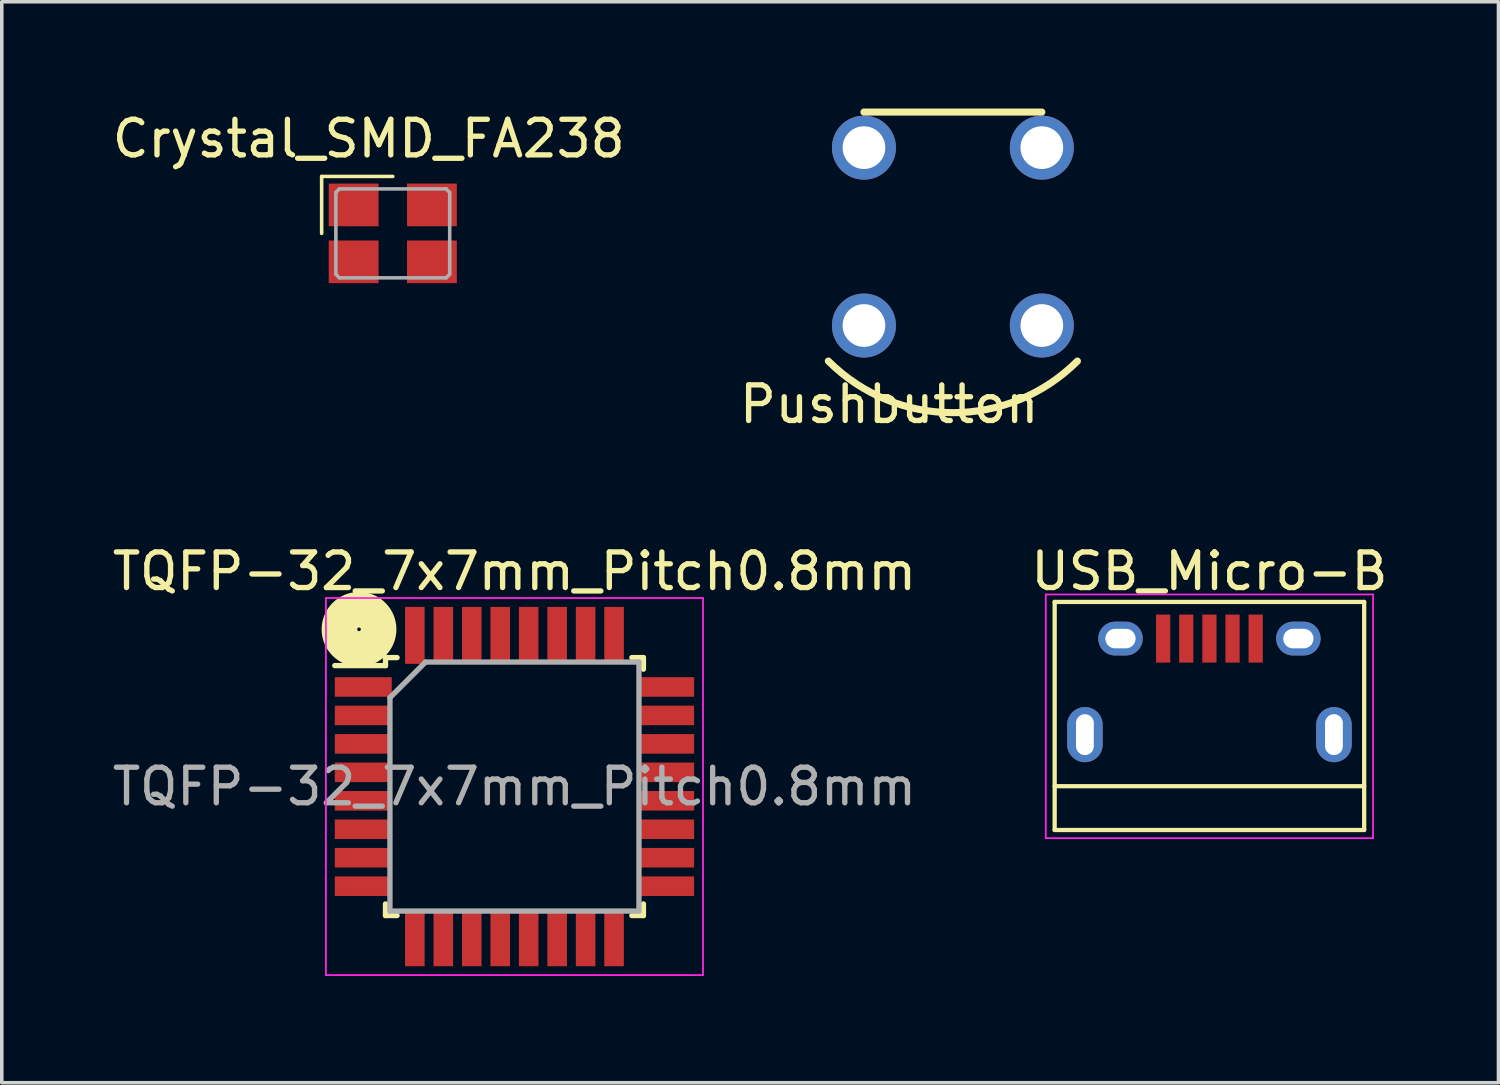
<source format=kicad_pcb>
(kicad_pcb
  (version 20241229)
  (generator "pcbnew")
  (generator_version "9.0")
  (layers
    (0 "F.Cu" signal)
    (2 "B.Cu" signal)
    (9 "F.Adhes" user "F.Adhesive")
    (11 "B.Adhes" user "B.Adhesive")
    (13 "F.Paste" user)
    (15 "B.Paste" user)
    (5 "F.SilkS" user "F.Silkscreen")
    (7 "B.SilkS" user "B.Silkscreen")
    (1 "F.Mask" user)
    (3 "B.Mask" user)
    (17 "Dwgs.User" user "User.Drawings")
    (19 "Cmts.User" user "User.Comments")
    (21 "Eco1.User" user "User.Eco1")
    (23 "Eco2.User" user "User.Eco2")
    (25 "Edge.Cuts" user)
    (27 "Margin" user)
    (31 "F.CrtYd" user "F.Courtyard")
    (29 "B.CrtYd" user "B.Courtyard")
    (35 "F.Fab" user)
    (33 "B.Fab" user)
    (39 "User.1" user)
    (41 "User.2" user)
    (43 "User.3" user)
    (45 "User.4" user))
  (footprint "Crystal_SMD_FA238"
    (layer "F.Cu")
    (at 7.991 3.51)
    (property "Reference" "Crystal_SMD_FA238" (at -0.676 -2.662 0) (layer "F.SilkS") (effects (font (size 1 1) (thickness 0.15))))
    (attr smd)
    (fp_line (start -2 -1.6) (end -2 0) (stroke (width 0.1) (type solid)) (layer "F.SilkS"))
    (fp_line (start -2 -1.6) (end 0 -1.6) (stroke (width 0.1) (type solid)) (layer "F.SilkS"))
    (fp_line (start -1.6 -1.15) (end -1.5 -1.25) (stroke (width 0.1) (type solid)) (layer "F.Fab"))
    (fp_line (start -1.6 1.15) (end -1.6 -1.15) (stroke (width 0.1) (type solid)) (layer "F.Fab"))
    (fp_line (start -1.5 -1.25) (end 1.5 -1.25) (stroke (width 0.1) (type solid)) (layer "F.Fab"))
    (fp_line (start -1.5 1.25) (end -1.6 1.15) (stroke (width 0.1) (type solid)) (layer "F.Fab"))
    (fp_line (start 1.5 -1.25) (end 1.6 -1.15) (stroke (width 0.1) (type solid)) (layer "F.Fab"))
    (fp_line (start 1.5 1.25) (end -1.5 1.25) (stroke (width 0.1) (type solid)) (layer "F.Fab"))
    (fp_line (start 1.6 -1.15) (end 1.6 1.15) (stroke (width 0.1) (type solid)) (layer "F.Fab"))
    (fp_line (start 1.6 1.15) (end 1.5 1.25) (stroke (width 0.1) (type solid)) (layer "F.Fab"))
    (pad "1" smd rect (at -1.1 -0.8) (size 1.4 1.2) (layers "F.Cu" "F.Mask"))
    (pad "2" smd rect (at 1.1 -0.8) (size 1.4 1.2) (layers "F.Cu" "F.Mask"))
    (pad "3" smd rect (at 1.1 0.8) (size 1.4 1.2) (layers "F.Cu" "F.Mask"))
    (pad "4" smd rect (at -1.1 0.8) (size 1.4 1.2) (layers "F.Cu" "F.Mask")))
  (footprint "Pushbutton"
    (layer "F.Cu")
    (at 21.235 1.1)
    (property "Reference" "Pushbutton" (at 0.711 7.214 0) (layer "F.SilkS") (effects (font (size 1 1) (thickness 0.15))))
    (attr through_hole)
    (fp_line (start 0 -1) (end 5 -1) (stroke (width 0.2) (type solid)) (layer "F.SilkS"))
    (fp_arc (start 6 6) (mid 2.5 7.449747) (end -1 6) (stroke (width 0.2) (type solid)) (layer "F.SilkS"))
    (pad "1" thru_hole circle (at 0 0) (size 1.8 1.8) (drill 1.2) (layers "*.Cu" "*.Mask"))
    (pad "1" thru_hole circle (at 0 5) (size 1.8 1.8) (drill 1.2) (layers "*.Cu" "*.Mask"))
    (pad "2" thru_hole circle (at 5 0) (size 1.8 1.8) (drill 1.2) (layers "*.Cu" "*.Mask"))
    (pad "2" thru_hole circle (at 5 5) (size 1.8 1.8) (drill 1.2) (layers "*.Cu" "*.Mask")))
  (footprint "USB_Micro-B"
    (layer "F.Cu")
    (at 30.946 16.25)
    (property "Reference" "USB_Micro-B" (at 0 -3.24 0) (layer "F.SilkS") (effects (font (size 1 1) (thickness 0.15))))
    (attr smd)
    (fp_line (start -4.35 -2.38) (end 4.35 -2.38) (stroke (width 0.12) (type solid)) (layer "F.SilkS"))
    (fp_line (start -4.35 4.03) (end -4.35 -2.38) (stroke (width 0.12) (type solid)) (layer "F.SilkS"))
    (fp_line (start -4.35 4.03) (end 4.35 4.03) (stroke (width 0.12) (type solid)) (layer "F.SilkS"))
    (fp_line (start 4.35 -2.38) (end 4.35 4.03) (stroke (width 0.12) (type solid)) (layer "F.SilkS"))
    (fp_line (start 4.35 2.8) (end -4.35 2.8) (stroke (width 0.12) (type solid)) (layer "F.SilkS"))
    (fp_line (start -4.6 -2.59) (end 4.6 -2.59) (stroke (width 0.05) (type solid)) (layer "F.CrtYd"))
    (fp_line (start -4.6 4.26) (end -4.6 -2.59) (stroke (width 0.05) (type solid)) (layer "F.CrtYd"))
    (fp_line (start 4.6 -2.59) (end 4.6 4.26) (stroke (width 0.05) (type solid)) (layer "F.CrtYd"))
    (fp_line (start 4.6 4.26) (end -4.6 4.26) (stroke (width 0.05) (type solid)) (layer "F.CrtYd"))
    (pad "1" smd rect (at -1.3 -1.35 90) (size 1.35 0.4) (layers "F.Cu" "F.Mask" "F.Paste"))
    (pad "2" smd rect (at -0.65 -1.35 90) (size 1.35 0.4) (layers "F.Cu" "F.Mask" "F.Paste"))
    (pad "3" smd rect (at 0 -1.35 90) (size 1.35 0.4) (layers "F.Cu" "F.Mask" "F.Paste"))
    (pad "4" smd rect (at 0.65 -1.35 90) (size 1.35 0.4) (layers "F.Cu" "F.Mask" "F.Paste"))
    (pad "5" smd rect (at 1.3 -1.35 90) (size 1.35 0.4) (layers "F.Cu" "F.Mask" "F.Paste"))
    (pad "6" thru_hole oval (at -3.5 1.35 90) (size 1.55 1) (drill oval 1.15 0.5) (layers "*.Cu" "*.Mask"))
    (pad "6" thru_hole oval (at -2.5 -1.35 90) (size 0.95 1.25) (drill oval 0.55 0.85) (layers "*.Cu" "*.Mask"))
    (pad "6" thru_hole oval (at 2.5 -1.35 90) (size 0.95 1.25) (drill oval 0.55 0.85) (layers "*.Cu" "*.Mask"))
    (pad "6" thru_hole oval (at 3.5 1.35 90) (size 1.55 1) (drill oval 1.15 0.5) (layers "*.Cu" "*.Mask")))
  (footprint "TQFP-32_7x7mm_Pitch0.8mm"
    (layer "F.Cu")
    (at 11.411 19.06)
    (property "Reference" "TQFP-32_7x7mm_Pitch0.8mm" (at 0 -6.05 0) (layer "F.SilkS") (effects (font (size 1 1) (thickness 0.15))))
    (attr smd)
    (fp_line (start -3.625 -3.625) (end -3.625 -3.4) (stroke (width 0.15) (type solid)) (layer "F.SilkS"))
    (fp_line (start -3.625 -3.625) (end -3.3 -3.625) (stroke (width 0.15) (type solid)) (layer "F.SilkS"))
    (fp_line (start -3.625 -3.4) (end -5.05 -3.4) (stroke (width 0.15) (type solid)) (layer "F.SilkS"))
    (fp_line (start -3.625 3.625) (end -3.625 3.3) (stroke (width 0.15) (type solid)) (layer "F.SilkS"))
    (fp_line (start -3.625 3.625) (end -3.3 3.625) (stroke (width 0.15) (type solid)) (layer "F.SilkS"))
    (fp_line (start 3.625 -3.625) (end 3.3 -3.625) (stroke (width 0.15) (type solid)) (layer "F.SilkS"))
    (fp_line (start 3.625 -3.625) (end 3.625 -3.3) (stroke (width 0.15) (type solid)) (layer "F.SilkS"))
    (fp_line (start 3.625 3.625) (end 3.3 3.625) (stroke (width 0.15) (type solid)) (layer "F.SilkS"))
    (fp_line (start 3.625 3.625) (end 3.625 3.3) (stroke (width 0.15) (type solid)) (layer "F.SilkS"))
    (fp_circle (center -4.369 -4.42) (end -4.42 -4.42) (stroke (width 1) (type solid)) (fill no) (layer "F.SilkS"))
    (fp_line (start -5.3 -5.3) (end -5.3 5.3) (stroke (width 0.05) (type solid)) (layer "F.CrtYd"))
    (fp_line (start -5.3 -5.3) (end 5.3 -5.3) (stroke (width 0.05) (type solid)) (layer "F.CrtYd"))
    (fp_line (start -5.3 5.3) (end 5.3 5.3) (stroke (width 0.05) (type solid)) (layer "F.CrtYd"))
    (fp_line (start 5.3 -5.3) (end 5.3 5.3) (stroke (width 0.05) (type solid)) (layer "F.CrtYd"))
    (fp_line (start -3.5 -2.5) (end -2.5 -3.5) (stroke (width 0.15) (type solid)) (layer "F.Fab"))
    (fp_line (start -3.5 3.5) (end -3.5 -2.5) (stroke (width 0.15) (type solid)) (layer "F.Fab"))
    (fp_line (start -2.5 -3.5) (end 3.5 -3.5) (stroke (width 0.15) (type solid)) (layer "F.Fab"))
    (fp_line (start 3.5 -3.5) (end 3.5 3.5) (stroke (width 0.15) (type solid)) (layer "F.Fab"))
    (fp_line (start 3.5 3.5) (end -3.5 3.5) (stroke (width 0.15) (type solid)) (layer "F.Fab"))
    (fp_text user "${REFERENCE}" (at 0 0 0) (layer "F.Fab") (effects (font (size 1 1) (thickness 0.15))))
    (pad "1" smd rect (at -4.25 -2.8) (size 1.6 0.55) (layers "F.Cu" "F.Mask" "F.Paste"))
    (pad "2" smd rect (at -4.25 -2) (size 1.6 0.55) (layers "F.Cu" "F.Mask" "F.Paste"))
    (pad "3" smd rect (at -4.25 -1.2) (size 1.6 0.55) (layers "F.Cu" "F.Mask" "F.Paste"))
    (pad "4" smd rect (at -4.25 -0.4) (size 1.6 0.55) (layers "F.Cu" "F.Mask" "F.Paste"))
    (pad "5" smd rect (at -4.25 0.4) (size 1.6 0.55) (layers "F.Cu" "F.Mask" "F.Paste"))
    (pad "6" smd rect (at -4.25 1.2) (size 1.6 0.55) (layers "F.Cu" "F.Mask" "F.Paste"))
    (pad "7" smd rect (at -4.25 2) (size 1.6 0.55) (layers "F.Cu" "F.Mask" "F.Paste"))
    (pad "8" smd rect (at -4.25 2.8) (size 1.6 0.55) (layers "F.Cu" "F.Mask" "F.Paste"))
    (pad "9" smd rect (at -2.8 4.25 90) (size 1.6 0.55) (layers "F.Cu" "F.Mask" "F.Paste"))
    (pad "10" smd rect (at -2 4.25 90) (size 1.6 0.55) (layers "F.Cu" "F.Mask" "F.Paste"))
    (pad "11" smd rect (at -1.2 4.25 90) (size 1.6 0.55) (layers "F.Cu" "F.Mask" "F.Paste"))
    (pad "12" smd rect (at -0.4 4.25 90) (size 1.6 0.55) (layers "F.Cu" "F.Mask" "F.Paste"))
    (pad "13" smd rect (at 0.4 4.25 90) (size 1.6 0.55) (layers "F.Cu" "F.Mask" "F.Paste"))
    (pad "14" smd rect (at 1.2 4.25 90) (size 1.6 0.55) (layers "F.Cu" "F.Mask" "F.Paste"))
    (pad "15" smd rect (at 2 4.25 90) (size 1.6 0.55) (layers "F.Cu" "F.Mask" "F.Paste"))
    (pad "16" smd rect (at 2.8 4.25 90) (size 1.6 0.55) (layers "F.Cu" "F.Mask" "F.Paste"))
    (pad "17" smd rect (at 4.25 2.8) (size 1.6 0.55) (layers "F.Cu" "F.Mask" "F.Paste"))
    (pad "18" smd rect (at 4.25 2) (size 1.6 0.55) (layers "F.Cu" "F.Mask" "F.Paste"))
    (pad "19" smd rect (at 4.25 1.2) (size 1.6 0.55) (layers "F.Cu" "F.Mask" "F.Paste"))
    (pad "20" smd rect (at 4.25 0.4) (size 1.6 0.55) (layers "F.Cu" "F.Mask" "F.Paste"))
    (pad "21" smd rect (at 4.25 -0.4) (size 1.6 0.55) (layers "F.Cu" "F.Mask" "F.Paste"))
    (pad "22" smd rect (at 4.25 -1.2) (size 1.6 0.55) (layers "F.Cu" "F.Mask" "F.Paste"))
    (pad "23" smd rect (at 4.25 -2) (size 1.6 0.55) (layers "F.Cu" "F.Mask" "F.Paste"))
    (pad "24" smd rect (at 4.25 -2.8) (size 1.6 0.55) (layers "F.Cu" "F.Mask" "F.Paste"))
    (pad "25" smd rect (at 2.8 -4.25 90) (size 1.6 0.55) (layers "F.Cu" "F.Mask" "F.Paste"))
    (pad "26" smd rect (at 2 -4.25 90) (size 1.6 0.55) (layers "F.Cu" "F.Mask" "F.Paste"))
    (pad "27" smd rect (at 1.2 -4.25 90) (size 1.6 0.55) (layers "F.Cu" "F.Mask" "F.Paste"))
    (pad "28" smd rect (at 0.4 -4.25 90) (size 1.6 0.55) (layers "F.Cu" "F.Mask" "F.Paste"))
    (pad "29" smd rect (at -0.4 -4.25 90) (size 1.6 0.55) (layers "F.Cu" "F.Mask" "F.Paste"))
    (pad "30" smd rect (at -1.2 -4.25 90) (size 1.6 0.55) (layers "F.Cu" "F.Mask" "F.Paste"))
    (pad "31" smd rect (at -2 -4.25 90) (size 1.6 0.55) (layers "F.Cu" "F.Mask" "F.Paste"))
    (pad "32" smd rect (at -2.8 -4.25 90) (size 1.6 0.55) (layers "F.Cu" "F.Mask" "F.Paste")))
  (gr_rect
    (start -3 -3)
    (end 39.071 27.385)
    (stroke (width 0.1) (type default))
    (fill no)
    (layer "Edge.Cuts")))
</source>
